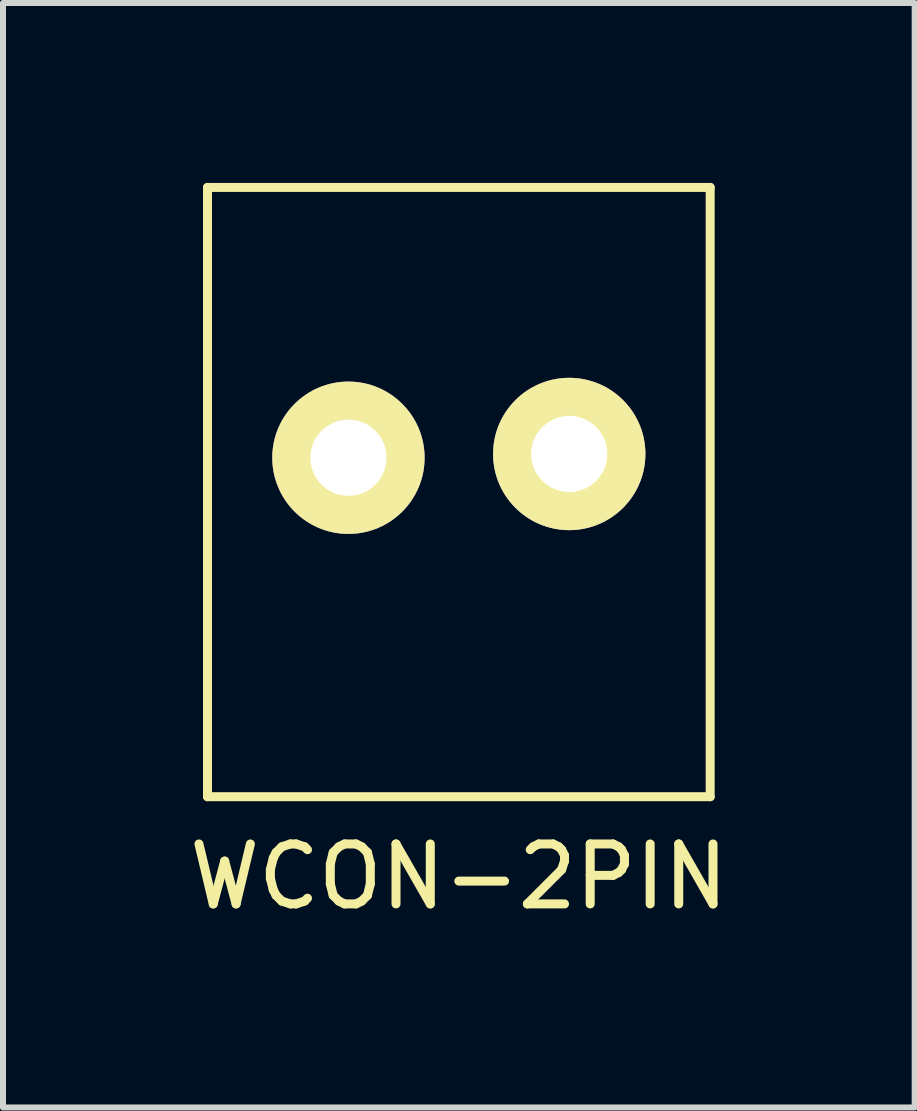
<source format=kicad_pcb>
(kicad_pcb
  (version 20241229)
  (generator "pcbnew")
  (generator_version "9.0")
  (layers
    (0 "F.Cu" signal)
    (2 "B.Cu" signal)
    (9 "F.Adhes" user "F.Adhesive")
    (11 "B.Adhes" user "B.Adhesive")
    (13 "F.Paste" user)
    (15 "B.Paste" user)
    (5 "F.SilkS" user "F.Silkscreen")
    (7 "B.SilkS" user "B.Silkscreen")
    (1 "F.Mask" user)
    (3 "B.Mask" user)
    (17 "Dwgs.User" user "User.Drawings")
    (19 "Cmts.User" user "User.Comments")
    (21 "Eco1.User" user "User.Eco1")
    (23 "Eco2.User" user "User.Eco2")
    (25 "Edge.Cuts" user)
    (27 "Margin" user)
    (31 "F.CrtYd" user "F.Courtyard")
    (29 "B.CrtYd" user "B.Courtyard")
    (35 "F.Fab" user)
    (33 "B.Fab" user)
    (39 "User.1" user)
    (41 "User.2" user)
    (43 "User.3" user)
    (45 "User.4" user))
  (footprint "WCON-2PIN"
    (layer "F.Cu")
    (at 4.601 5.155)
    (property "Reference" "WCON-2PIN" (at 0 6.413 0) (layer "F.SilkS") (effects (font (size 1 1) (thickness 0.15))))
    (attr through_hole)
    (fp_line (start -4.191 -5.08) (end 4.191 -5.08) (stroke (width 0.15) (type solid)) (layer "F.SilkS"))
    (fp_line (start -4.191 5.08) (end -4.191 -5.08) (stroke (width 0.15) (type solid)) (layer "F.SilkS"))
    (fp_line (start 4.191 -5.08) (end 4.191 5.08) (stroke (width 0.15) (type solid)) (layer "F.SilkS"))
    (fp_line (start 4.191 5.08) (end -4.191 5.08) (stroke (width 0.15) (type solid)) (layer "F.SilkS"))
    (pad "1" thru_hole circle (at -1.841 -0.572) (size 2.54 2.54) (drill 1.27) (layers "*.Cu" "*.Mask" "F.SilkS"))
    (pad "2" thru_hole circle (at 1.841 -0.635) (size 2.54 2.54) (drill 1.27) (layers "*.Cu" "*.Mask" "F.SilkS")))
  (gr_rect
    (start -3 -3)
    (end 12.202 15.417)
    (stroke (width 0.1) (type default))
    (fill no)
    (layer "Edge.Cuts")))
</source>
